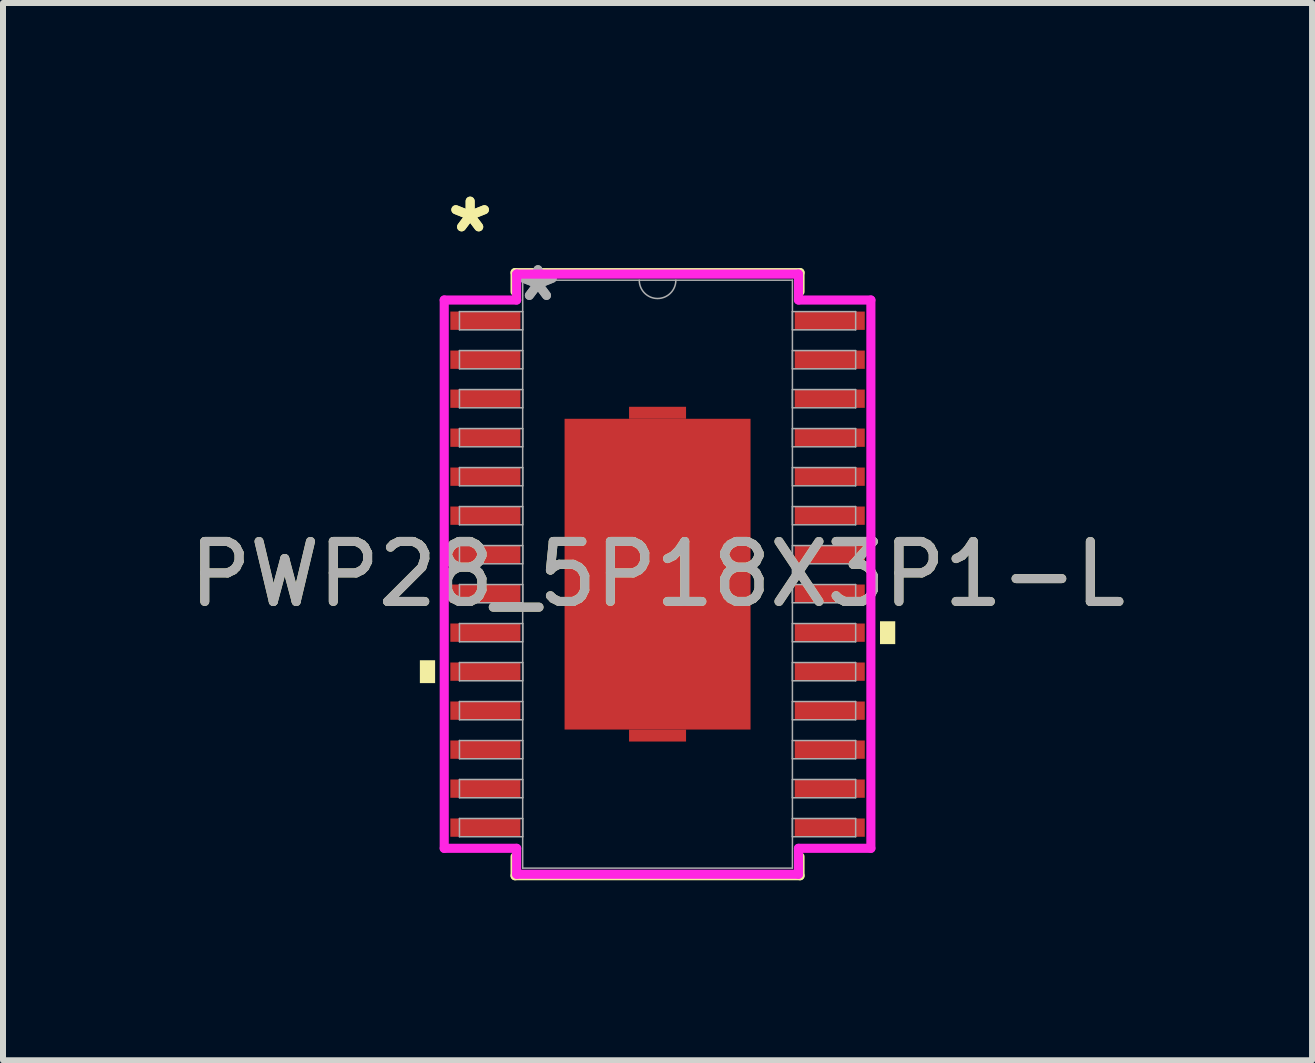
<source format=kicad_pcb>
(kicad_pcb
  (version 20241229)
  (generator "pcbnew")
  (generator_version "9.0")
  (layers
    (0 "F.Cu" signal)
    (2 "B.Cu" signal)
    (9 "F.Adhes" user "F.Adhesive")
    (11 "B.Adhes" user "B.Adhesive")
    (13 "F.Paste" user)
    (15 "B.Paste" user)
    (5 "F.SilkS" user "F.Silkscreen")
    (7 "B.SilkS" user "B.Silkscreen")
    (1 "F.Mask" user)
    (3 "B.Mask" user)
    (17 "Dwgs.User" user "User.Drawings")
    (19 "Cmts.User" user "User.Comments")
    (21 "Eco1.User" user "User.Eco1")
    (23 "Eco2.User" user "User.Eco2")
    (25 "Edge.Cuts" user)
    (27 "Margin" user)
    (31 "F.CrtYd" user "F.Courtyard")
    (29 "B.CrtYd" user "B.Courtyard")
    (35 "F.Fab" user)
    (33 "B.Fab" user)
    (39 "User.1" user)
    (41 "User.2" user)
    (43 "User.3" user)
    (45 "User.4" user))
  (footprint "PWP28_5P18X3P1-L"
    (layer "F.Cu")
    (at 7.911 6.521)
    (property "Reference" "PWP28_5P18X3P1-L" (at 0 0 0) (unlocked yes) (layer "F.SilkS") (effects (font (size 1 1) (thickness 0.15))))
    (attr smd)
    (fp_poly (pts (xy -0.475 -2.59) (xy -0.475 -2.79) (xy 0.475 -2.79) (xy 0.475 -2.59)) (stroke (width 0) (type solid)) (fill yes) (layer "F.Cu"))
    (fp_poly (pts (xy -0.475 2.59) (xy -0.475 2.79) (xy 0.475 2.79) (xy 0.475 2.59)) (stroke (width 0) (type solid)) (fill yes) (layer "F.Cu"))
    (fp_poly (pts (xy -0.475 -2.59) (xy -0.475 -2.79) (xy 0.475 -2.79) (xy 0.475 -2.59)) (stroke (width 0) (type solid)) (fill yes) (layer "F.Mask"))
    (fp_poly (pts (xy -0.475 2.59) (xy -0.475 2.79) (xy 0.475 2.79) (xy 0.475 2.59)) (stroke (width 0) (type solid)) (fill yes) (layer "F.Mask"))
    (fp_line (start -2.375 -5.027) (end -2.375 -4.71) (stroke (width 0.152) (type solid)) (layer "F.SilkS"))
    (fp_line (start -2.375 4.71) (end -2.375 5.027) (stroke (width 0.152) (type solid)) (layer "F.SilkS"))
    (fp_line (start -2.375 5.027) (end 2.375 5.027) (stroke (width 0.152) (type solid)) (layer "F.SilkS"))
    (fp_line (start 2.375 -5.027) (end -2.375 -5.027) (stroke (width 0.152) (type solid)) (layer "F.SilkS"))
    (fp_line (start 2.375 -4.71) (end 2.375 -5.027) (stroke (width 0.152) (type solid)) (layer "F.SilkS"))
    (fp_line (start 2.375 5.027) (end 2.375 4.71) (stroke (width 0.152) (type solid)) (layer "F.SilkS"))
    (fp_poly (pts (xy -3.962 1.435) (xy -3.962 1.816) (xy -3.708 1.816) (xy -3.708 1.435)) (stroke (width 0) (type solid)) (fill yes) (layer "F.SilkS"))
    (fp_poly (pts (xy 3.962 0.785) (xy 3.962 1.166) (xy 3.708 1.166) (xy 3.708 0.785)) (stroke (width 0) (type solid)) (fill yes) (layer "F.SilkS"))
    (fp_poly (pts (xy -1.45 -2.49) (xy -1.45 -1.395) (xy -0.1 -1.395) (xy -0.1 -2.49)) (stroke (width 0) (type solid)) (fill yes) (layer "F.Paste"))
    (fp_poly (pts (xy -1.45 -1.195) (xy -1.45 -0.1) (xy -0.1 -0.1) (xy -0.1 -1.195)) (stroke (width 0) (type solid)) (fill yes) (layer "F.Paste"))
    (fp_poly (pts (xy -1.45 0.1) (xy -1.45 1.195) (xy -0.1 1.195) (xy -0.1 0.1)) (stroke (width 0) (type solid)) (fill yes) (layer "F.Paste"))
    (fp_poly (pts (xy -1.45 1.395) (xy -1.45 2.49) (xy -0.1 2.49) (xy -0.1 1.395)) (stroke (width 0) (type solid)) (fill yes) (layer "F.Paste"))
    (fp_poly (pts (xy 0.1 -2.49) (xy 0.1 -1.395) (xy 1.45 -1.395) (xy 1.45 -2.49)) (stroke (width 0) (type solid)) (fill yes) (layer "F.Paste"))
    (fp_poly (pts (xy 0.1 -1.195) (xy 0.1 -0.1) (xy 1.45 -0.1) (xy 1.45 -1.195)) (stroke (width 0) (type solid)) (fill yes) (layer "F.Paste"))
    (fp_poly (pts (xy 0.1 0.1) (xy 0.1 1.195) (xy 1.45 1.195) (xy 1.45 0.1)) (stroke (width 0) (type solid)) (fill yes) (layer "F.Paste"))
    (fp_poly (pts (xy 0.1 1.395) (xy 0.1 2.49) (xy 1.45 2.49) (xy 1.45 1.395)) (stroke (width 0) (type solid)) (fill yes) (layer "F.Paste"))
    (fp_line (start -3.556 -4.57) (end -2.349 -4.57) (stroke (width 0.152) (type solid)) (layer "F.CrtYd"))
    (fp_line (start -3.556 4.57) (end -3.556 -4.57) (stroke (width 0.152) (type solid)) (layer "F.CrtYd"))
    (fp_line (start -3.556 4.57) (end -2.349 4.57) (stroke (width 0.152) (type solid)) (layer "F.CrtYd"))
    (fp_line (start -2.349 -5.002) (end 2.349 -5.002) (stroke (width 0.152) (type solid)) (layer "F.CrtYd"))
    (fp_line (start -2.349 -4.57) (end -2.349 -5.002) (stroke (width 0.152) (type solid)) (layer "F.CrtYd"))
    (fp_line (start -2.349 5.002) (end -2.349 4.57) (stroke (width 0.152) (type solid)) (layer "F.CrtYd"))
    (fp_line (start 2.349 -5.002) (end 2.349 -4.57) (stroke (width 0.152) (type solid)) (layer "F.CrtYd"))
    (fp_line (start 2.349 4.57) (end 2.349 5.002) (stroke (width 0.152) (type solid)) (layer "F.CrtYd"))
    (fp_line (start 2.349 5.002) (end -2.349 5.002) (stroke (width 0.152) (type solid)) (layer "F.CrtYd"))
    (fp_line (start 3.556 -4.57) (end 2.349 -4.57) (stroke (width 0.152) (type solid)) (layer "F.CrtYd"))
    (fp_line (start 3.556 -4.57) (end 3.556 4.57) (stroke (width 0.152) (type solid)) (layer "F.CrtYd"))
    (fp_line (start 3.556 4.57) (end 2.349 4.57) (stroke (width 0.152) (type solid)) (layer "F.CrtYd"))
    (fp_line (start -3.302 -4.377) (end -3.302 -4.073) (stroke (width 0.025) (type solid)) (layer "F.Fab"))
    (fp_line (start -3.302 -4.073) (end -2.248 -4.073) (stroke (width 0.025) (type solid)) (layer "F.Fab"))
    (fp_line (start -3.302 -3.727) (end -3.302 -3.423) (stroke (width 0.025) (type solid)) (layer "F.Fab"))
    (fp_line (start -3.302 -3.423) (end -2.248 -3.423) (stroke (width 0.025) (type solid)) (layer "F.Fab"))
    (fp_line (start -3.302 -3.077) (end -3.302 -2.773) (stroke (width 0.025) (type solid)) (layer "F.Fab"))
    (fp_line (start -3.302 -2.773) (end -2.248 -2.773) (stroke (width 0.025) (type solid)) (layer "F.Fab"))
    (fp_line (start -3.302 -2.427) (end -3.302 -2.123) (stroke (width 0.025) (type solid)) (layer "F.Fab"))
    (fp_line (start -3.302 -2.123) (end -2.248 -2.123) (stroke (width 0.025) (type solid)) (layer "F.Fab"))
    (fp_line (start -3.302 -1.777) (end -3.302 -1.473) (stroke (width 0.025) (type solid)) (layer "F.Fab"))
    (fp_line (start -3.302 -1.473) (end -2.248 -1.473) (stroke (width 0.025) (type solid)) (layer "F.Fab"))
    (fp_line (start -3.302 -1.127) (end -3.302 -0.823) (stroke (width 0.025) (type solid)) (layer "F.Fab"))
    (fp_line (start -3.302 -0.823) (end -2.248 -0.823) (stroke (width 0.025) (type solid)) (layer "F.Fab"))
    (fp_line (start -3.302 -0.477) (end -3.302 -0.173) (stroke (width 0.025) (type solid)) (layer "F.Fab"))
    (fp_line (start -3.302 -0.173) (end -2.248 -0.173) (stroke (width 0.025) (type solid)) (layer "F.Fab"))
    (fp_line (start -3.302 0.173) (end -3.302 0.477) (stroke (width 0.025) (type solid)) (layer "F.Fab"))
    (fp_line (start -3.302 0.477) (end -2.248 0.477) (stroke (width 0.025) (type solid)) (layer "F.Fab"))
    (fp_line (start -3.302 0.823) (end -3.302 1.127) (stroke (width 0.025) (type solid)) (layer "F.Fab"))
    (fp_line (start -3.302 1.127) (end -2.248 1.127) (stroke (width 0.025) (type solid)) (layer "F.Fab"))
    (fp_line (start -3.302 1.473) (end -3.302 1.777) (stroke (width 0.025) (type solid)) (layer "F.Fab"))
    (fp_line (start -3.302 1.777) (end -2.248 1.777) (stroke (width 0.025) (type solid)) (layer "F.Fab"))
    (fp_line (start -3.302 2.123) (end -3.302 2.427) (stroke (width 0.025) (type solid)) (layer "F.Fab"))
    (fp_line (start -3.302 2.427) (end -2.248 2.427) (stroke (width 0.025) (type solid)) (layer "F.Fab"))
    (fp_line (start -3.302 2.773) (end -3.302 3.077) (stroke (width 0.025) (type solid)) (layer "F.Fab"))
    (fp_line (start -3.302 3.077) (end -2.248 3.077) (stroke (width 0.025) (type solid)) (layer "F.Fab"))
    (fp_line (start -3.302 3.423) (end -3.302 3.727) (stroke (width 0.025) (type solid)) (layer "F.Fab"))
    (fp_line (start -3.302 3.727) (end -2.248 3.727) (stroke (width 0.025) (type solid)) (layer "F.Fab"))
    (fp_line (start -3.302 4.073) (end -3.302 4.377) (stroke (width 0.025) (type solid)) (layer "F.Fab"))
    (fp_line (start -3.302 4.377) (end -2.248 4.377) (stroke (width 0.025) (type solid)) (layer "F.Fab"))
    (fp_line (start -2.248 -4.9) (end -2.248 4.9) (stroke (width 0.025) (type solid)) (layer "F.Fab"))
    (fp_line (start -2.248 -4.377) (end -3.302 -4.377) (stroke (width 0.025) (type solid)) (layer "F.Fab"))
    (fp_line (start -2.248 -4.073) (end -2.248 -4.377) (stroke (width 0.025) (type solid)) (layer "F.Fab"))
    (fp_line (start -2.248 -3.727) (end -3.302 -3.727) (stroke (width 0.025) (type solid)) (layer "F.Fab"))
    (fp_line (start -2.248 -3.423) (end -2.248 -3.727) (stroke (width 0.025) (type solid)) (layer "F.Fab"))
    (fp_line (start -2.248 -3.077) (end -3.302 -3.077) (stroke (width 0.025) (type solid)) (layer "F.Fab"))
    (fp_line (start -2.248 -2.773) (end -2.248 -3.077) (stroke (width 0.025) (type solid)) (layer "F.Fab"))
    (fp_line (start -2.248 -2.427) (end -3.302 -2.427) (stroke (width 0.025) (type solid)) (layer "F.Fab"))
    (fp_line (start -2.248 -2.123) (end -2.248 -2.427) (stroke (width 0.025) (type solid)) (layer "F.Fab"))
    (fp_line (start -2.248 -1.777) (end -3.302 -1.777) (stroke (width 0.025) (type solid)) (layer "F.Fab"))
    (fp_line (start -2.248 -1.473) (end -2.248 -1.777) (stroke (width 0.025) (type solid)) (layer "F.Fab"))
    (fp_line (start -2.248 -1.127) (end -3.302 -1.127) (stroke (width 0.025) (type solid)) (layer "F.Fab"))
    (fp_line (start -2.248 -0.823) (end -2.248 -1.127) (stroke (width 0.025) (type solid)) (layer "F.Fab"))
    (fp_line (start -2.248 -0.477) (end -3.302 -0.477) (stroke (width 0.025) (type solid)) (layer "F.Fab"))
    (fp_line (start -2.248 -0.173) (end -2.248 -0.477) (stroke (width 0.025) (type solid)) (layer "F.Fab"))
    (fp_line (start -2.248 0.173) (end -3.302 0.173) (stroke (width 0.025) (type solid)) (layer "F.Fab"))
    (fp_line (start -2.248 0.477) (end -2.248 0.173) (stroke (width 0.025) (type solid)) (layer "F.Fab"))
    (fp_line (start -2.248 0.823) (end -3.302 0.823) (stroke (width 0.025) (type solid)) (layer "F.Fab"))
    (fp_line (start -2.248 1.127) (end -2.248 0.823) (stroke (width 0.025) (type solid)) (layer "F.Fab"))
    (fp_line (start -2.248 1.473) (end -3.302 1.473) (stroke (width 0.025) (type solid)) (layer "F.Fab"))
    (fp_line (start -2.248 1.777) (end -2.248 1.473) (stroke (width 0.025) (type solid)) (layer "F.Fab"))
    (fp_line (start -2.248 2.123) (end -3.302 2.123) (stroke (width 0.025) (type solid)) (layer "F.Fab"))
    (fp_line (start -2.248 2.427) (end -2.248 2.123) (stroke (width 0.025) (type solid)) (layer "F.Fab"))
    (fp_line (start -2.248 2.773) (end -3.302 2.773) (stroke (width 0.025) (type solid)) (layer "F.Fab"))
    (fp_line (start -2.248 3.077) (end -2.248 2.773) (stroke (width 0.025) (type solid)) (layer "F.Fab"))
    (fp_line (start -2.248 3.423) (end -3.302 3.423) (stroke (width 0.025) (type solid)) (layer "F.Fab"))
    (fp_line (start -2.248 3.727) (end -2.248 3.423) (stroke (width 0.025) (type solid)) (layer "F.Fab"))
    (fp_line (start -2.248 4.073) (end -3.302 4.073) (stroke (width 0.025) (type solid)) (layer "F.Fab"))
    (fp_line (start -2.248 4.377) (end -2.248 4.073) (stroke (width 0.025) (type solid)) (layer "F.Fab"))
    (fp_line (start -2.248 4.9) (end 2.248 4.9) (stroke (width 0.025) (type solid)) (layer "F.Fab"))
    (fp_line (start 2.248 -4.9) (end -2.248 -4.9) (stroke (width 0.025) (type solid)) (layer "F.Fab"))
    (fp_line (start 2.248 -4.377) (end 2.248 -4.073) (stroke (width 0.025) (type solid)) (layer "F.Fab"))
    (fp_line (start 2.248 -4.073) (end 3.302 -4.073) (stroke (width 0.025) (type solid)) (layer "F.Fab"))
    (fp_line (start 2.248 -3.727) (end 2.248 -3.423) (stroke (width 0.025) (type solid)) (layer "F.Fab"))
    (fp_line (start 2.248 -3.423) (end 3.302 -3.423) (stroke (width 0.025) (type solid)) (layer "F.Fab"))
    (fp_line (start 2.248 -3.077) (end 2.248 -2.773) (stroke (width 0.025) (type solid)) (layer "F.Fab"))
    (fp_line (start 2.248 -2.773) (end 3.302 -2.773) (stroke (width 0.025) (type solid)) (layer "F.Fab"))
    (fp_line (start 2.248 -2.427) (end 2.248 -2.123) (stroke (width 0.025) (type solid)) (layer "F.Fab"))
    (fp_line (start 2.248 -2.123) (end 3.302 -2.123) (stroke (width 0.025) (type solid)) (layer "F.Fab"))
    (fp_line (start 2.248 -1.777) (end 2.248 -1.473) (stroke (width 0.025) (type solid)) (layer "F.Fab"))
    (fp_line (start 2.248 -1.473) (end 3.302 -1.473) (stroke (width 0.025) (type solid)) (layer "F.Fab"))
    (fp_line (start 2.248 -1.127) (end 2.248 -0.823) (stroke (width 0.025) (type solid)) (layer "F.Fab"))
    (fp_line (start 2.248 -0.823) (end 3.302 -0.823) (stroke (width 0.025) (type solid)) (layer "F.Fab"))
    (fp_line (start 2.248 -0.477) (end 2.248 -0.173) (stroke (width 0.025) (type solid)) (layer "F.Fab"))
    (fp_line (start 2.248 -0.173) (end 3.302 -0.173) (stroke (width 0.025) (type solid)) (layer "F.Fab"))
    (fp_line (start 2.248 0.173) (end 2.248 0.477) (stroke (width 0.025) (type solid)) (layer "F.Fab"))
    (fp_line (start 2.248 0.477) (end 3.302 0.477) (stroke (width 0.025) (type solid)) (layer "F.Fab"))
    (fp_line (start 2.248 0.823) (end 2.248 1.127) (stroke (width 0.025) (type solid)) (layer "F.Fab"))
    (fp_line (start 2.248 1.127) (end 3.302 1.127) (stroke (width 0.025) (type solid)) (layer "F.Fab"))
    (fp_line (start 2.248 1.473) (end 2.248 1.777) (stroke (width 0.025) (type solid)) (layer "F.Fab"))
    (fp_line (start 2.248 1.777) (end 3.302 1.777) (stroke (width 0.025) (type solid)) (layer "F.Fab"))
    (fp_line (start 2.248 2.123) (end 2.248 2.427) (stroke (width 0.025) (type solid)) (layer "F.Fab"))
    (fp_line (start 2.248 2.427) (end 3.302 2.427) (stroke (width 0.025) (type solid)) (layer "F.Fab"))
    (fp_line (start 2.248 2.773) (end 2.248 3.077) (stroke (width 0.025) (type solid)) (layer "F.Fab"))
    (fp_line (start 2.248 3.077) (end 3.302 3.077) (stroke (width 0.025) (type solid)) (layer "F.Fab"))
    (fp_line (start 2.248 3.423) (end 2.248 3.727) (stroke (width 0.025) (type solid)) (layer "F.Fab"))
    (fp_line (start 2.248 3.727) (end 3.302 3.727) (stroke (width 0.025) (type solid)) (layer "F.Fab"))
    (fp_line (start 2.248 4.073) (end 2.248 4.377) (stroke (width 0.025) (type solid)) (layer "F.Fab"))
    (fp_line (start 2.248 4.377) (end 3.302 4.377) (stroke (width 0.025) (type solid)) (layer "F.Fab"))
    (fp_line (start 2.248 4.9) (end 2.248 -4.9) (stroke (width 0.025) (type solid)) (layer "F.Fab"))
    (fp_line (start 3.302 -4.377) (end 2.248 -4.377) (stroke (width 0.025) (type solid)) (layer "F.Fab"))
    (fp_line (start 3.302 -4.073) (end 3.302 -4.377) (stroke (width 0.025) (type solid)) (layer "F.Fab"))
    (fp_line (start 3.302 -3.727) (end 2.248 -3.727) (stroke (width 0.025) (type solid)) (layer "F.Fab"))
    (fp_line (start 3.302 -3.423) (end 3.302 -3.727) (stroke (width 0.025) (type solid)) (layer "F.Fab"))
    (fp_line (start 3.302 -3.077) (end 2.248 -3.077) (stroke (width 0.025) (type solid)) (layer "F.Fab"))
    (fp_line (start 3.302 -2.773) (end 3.302 -3.077) (stroke (width 0.025) (type solid)) (layer "F.Fab"))
    (fp_line (start 3.302 -2.427) (end 2.248 -2.427) (stroke (width 0.025) (type solid)) (layer "F.Fab"))
    (fp_line (start 3.302 -2.123) (end 3.302 -2.427) (stroke (width 0.025) (type solid)) (layer "F.Fab"))
    (fp_line (start 3.302 -1.777) (end 2.248 -1.777) (stroke (width 0.025) (type solid)) (layer "F.Fab"))
    (fp_line (start 3.302 -1.473) (end 3.302 -1.777) (stroke (width 0.025) (type solid)) (layer "F.Fab"))
    (fp_line (start 3.302 -1.127) (end 2.248 -1.127) (stroke (width 0.025) (type solid)) (layer "F.Fab"))
    (fp_line (start 3.302 -0.823) (end 3.302 -1.127) (stroke (width 0.025) (type solid)) (layer "F.Fab"))
    (fp_line (start 3.302 -0.477) (end 2.248 -0.477) (stroke (width 0.025) (type solid)) (layer "F.Fab"))
    (fp_line (start 3.302 -0.173) (end 3.302 -0.477) (stroke (width 0.025) (type solid)) (layer "F.Fab"))
    (fp_line (start 3.302 0.173) (end 2.248 0.173) (stroke (width 0.025) (type solid)) (layer "F.Fab"))
    (fp_line (start 3.302 0.477) (end 3.302 0.173) (stroke (width 0.025) (type solid)) (layer "F.Fab"))
    (fp_line (start 3.302 0.823) (end 2.248 0.823) (stroke (width 0.025) (type solid)) (layer "F.Fab"))
    (fp_line (start 3.302 1.127) (end 3.302 0.823) (stroke (width 0.025) (type solid)) (layer "F.Fab"))
    (fp_line (start 3.302 1.473) (end 2.248 1.473) (stroke (width 0.025) (type solid)) (layer "F.Fab"))
    (fp_line (start 3.302 1.777) (end 3.302 1.473) (stroke (width 0.025) (type solid)) (layer "F.Fab"))
    (fp_line (start 3.302 2.123) (end 2.248 2.123) (stroke (width 0.025) (type solid)) (layer "F.Fab"))
    (fp_line (start 3.302 2.427) (end 3.302 2.123) (stroke (width 0.025) (type solid)) (layer "F.Fab"))
    (fp_line (start 3.302 2.773) (end 2.248 2.773) (stroke (width 0.025) (type solid)) (layer "F.Fab"))
    (fp_line (start 3.302 3.077) (end 3.302 2.773) (stroke (width 0.025) (type solid)) (layer "F.Fab"))
    (fp_line (start 3.302 3.423) (end 2.248 3.423) (stroke (width 0.025) (type solid)) (layer "F.Fab"))
    (fp_line (start 3.302 3.727) (end 3.302 3.423) (stroke (width 0.025) (type solid)) (layer "F.Fab"))
    (fp_line (start 3.302 4.073) (end 2.248 4.073) (stroke (width 0.025) (type solid)) (layer "F.Fab"))
    (fp_line (start 3.302 4.377) (end 3.302 4.073) (stroke (width 0.025) (type solid)) (layer "F.Fab"))
    (fp_arc (start 0.3048 -4.900003) (mid 0 -4.595203) (end -0.3048 -4.900003) (stroke (width 0.0254) (type solid)) (layer "F.Fab"))
    (fp_text user "*" (at -3.124 -5.673 0) (unlocked yes) (layer "F.SilkS") (effects (font (size 1 1) (thickness 0.15))))
    (fp_text user "*" (at -3.124 -5.673 0) (layer "F.SilkS") (effects (font (size 1 1) (thickness 0.15))))
    (fp_text user "*" (at -1.994 -4.53 0) (layer "F.Fab") (effects (font (size 1 1) (thickness 0.15))))
    (fp_text user "*" (at -1.994 -4.53 0) (unlocked yes) (layer "F.Fab") (effects (font (size 1 1) (thickness 0.15))))
    (fp_text user "${REFERENCE}" (at 0 0 0) (unlocked yes) (layer "F.Fab") (effects (font (size 1 1) (thickness 0.15))))
    (pad "1" smd rect (at -2.87 -4.225) (size 1.168 0.305) (layers "F.Cu" "F.Mask" "F.Paste"))
    (pad "2" smd rect (at -2.87 -3.575) (size 1.168 0.305) (layers "F.Cu" "F.Mask" "F.Paste"))
    (pad "3" smd rect (at -2.87 -2.925) (size 1.168 0.305) (layers "F.Cu" "F.Mask" "F.Paste"))
    (pad "4" smd rect (at -2.87 -2.275) (size 1.168 0.305) (layers "F.Cu" "F.Mask" "F.Paste"))
    (pad "5" smd rect (at -2.87 -1.625) (size 1.168 0.305) (layers "F.Cu" "F.Mask" "F.Paste"))
    (pad "6" smd rect (at -2.87 -0.975) (size 1.168 0.305) (layers "F.Cu" "F.Mask" "F.Paste"))
    (pad "7" smd rect (at -2.87 -0.325) (size 1.168 0.305) (layers "F.Cu" "F.Mask" "F.Paste"))
    (pad "8" smd rect (at -2.87 0.325) (size 1.168 0.305) (layers "F.Cu" "F.Mask" "F.Paste"))
    (pad "9" smd rect (at -2.87 0.975) (size 1.168 0.305) (layers "F.Cu" "F.Mask" "F.Paste"))
    (pad "10" smd rect (at -2.87 1.625) (size 1.168 0.305) (layers "F.Cu" "F.Mask" "F.Paste"))
    (pad "11" smd rect (at -2.87 2.275) (size 1.168 0.305) (layers "F.Cu" "F.Mask" "F.Paste"))
    (pad "12" smd rect (at -2.87 2.925) (size 1.168 0.305) (layers "F.Cu" "F.Mask" "F.Paste"))
    (pad "13" smd rect (at -2.87 3.575) (size 1.168 0.305) (layers "F.Cu" "F.Mask" "F.Paste"))
    (pad "14" smd rect (at -2.87 4.225) (size 1.168 0.305) (layers "F.Cu" "F.Mask" "F.Paste"))
    (pad "15" smd rect (at 2.87 4.225) (size 1.168 0.305) (layers "F.Cu" "F.Mask" "F.Paste"))
    (pad "16" smd rect (at 2.87 3.575) (size 1.168 0.305) (layers "F.Cu" "F.Mask" "F.Paste"))
    (pad "17" smd rect (at 2.87 2.925) (size 1.168 0.305) (layers "F.Cu" "F.Mask" "F.Paste"))
    (pad "18" smd rect (at 2.87 2.275) (size 1.168 0.305) (layers "F.Cu" "F.Mask" "F.Paste"))
    (pad "19" smd rect (at 2.87 1.625) (size 1.168 0.305) (layers "F.Cu" "F.Mask" "F.Paste"))
    (pad "20" smd rect (at 2.87 0.975) (size 1.168 0.305) (layers "F.Cu" "F.Mask" "F.Paste"))
    (pad "21" smd rect (at 2.87 0.325) (size 1.168 0.305) (layers "F.Cu" "F.Mask" "F.Paste"))
    (pad "22" smd rect (at 2.87 -0.325) (size 1.168 0.305) (layers "F.Cu" "F.Mask" "F.Paste"))
    (pad "23" smd rect (at 2.87 -0.975) (size 1.168 0.305) (layers "F.Cu" "F.Mask" "F.Paste"))
    (pad "24" smd rect (at 2.87 -1.625) (size 1.168 0.305) (layers "F.Cu" "F.Mask" "F.Paste"))
    (pad "25" smd rect (at 2.87 -2.275) (size 1.168 0.305) (layers "F.Cu" "F.Mask" "F.Paste"))
    (pad "26" smd rect (at 2.87 -2.925) (size 1.168 0.305) (layers "F.Cu" "F.Mask" "F.Paste"))
    (pad "27" smd rect (at 2.87 -3.575) (size 1.168 0.305) (layers "F.Cu" "F.Mask" "F.Paste"))
    (pad "28" smd rect (at 2.87 -4.225) (size 1.168 0.305) (layers "F.Cu" "F.Mask" "F.Paste"))
    (pad "29" smd rect (at 0 0) (size 3.1 5.18) (layers "F.Cu" "F.Mask" "F.Paste")))
  (gr_rect
    (start -3 -3)
    (end 18.821 14.624)
    (stroke (width 0.1) (type default))
    (fill no)
    (layer "Edge.Cuts")))
</source>
